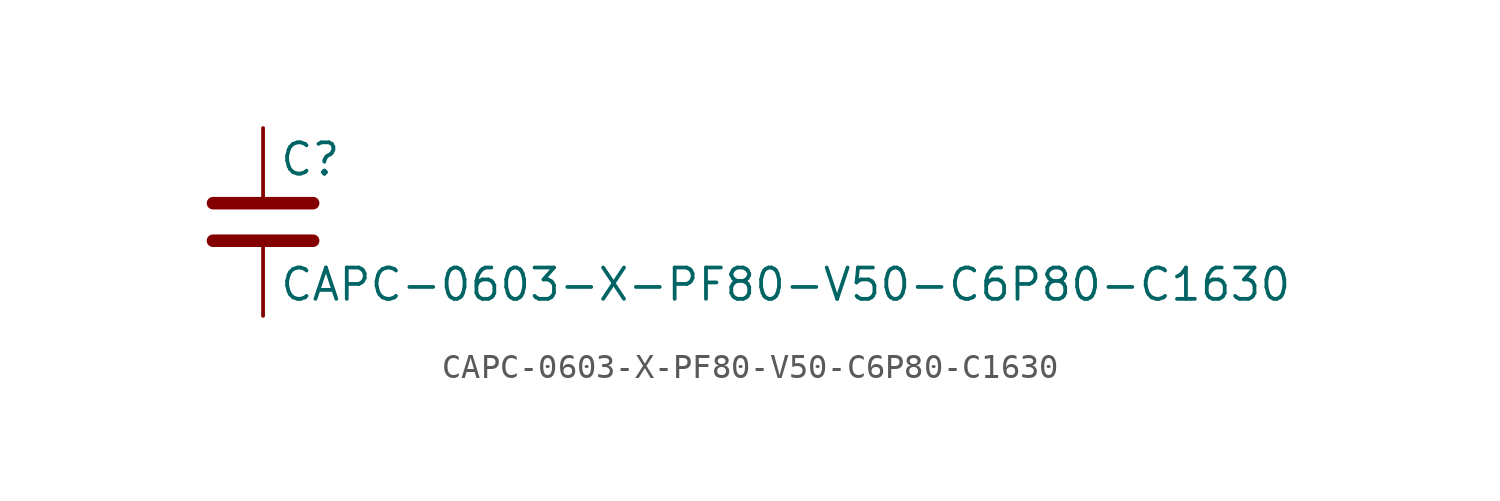
<source format=kicad_sym>
(kicad_symbol_lib
  (version 20211014)
  (generator kicad_symbol_editor)
  (symbol "CAPC-0603-X-PF80-V50-C6P80-C1630"
    (pin_numbers hide)
    (pin_names
      (offset 0.254))
    (property "Reference" "C"
      (at 0.635 2.54 0)
      (effects (font (size 1.27 1.27)) (justify left)))
    (property "Value" "CAPC-0603-X-PF80-V50-C6P80-C1630"
      (at 0.635 -2.54 0)
      (effects (font (size 1.27 1.27)) (justify left)))
    (symbol "CAPC-0603-X-PF80-V50-C6P80-C1630_0_1"
      (polyline (pts (xy -2.032 -0.762) (xy 2.032 -0.762)) (stroke (width 0.508) (type default) (color 0 0 0 0)) (fill (type none)))
      (polyline (pts (xy -2.032 0.762) (xy 2.032 0.762)) (stroke (width 0.508) (type default) (color 0 0 0 0)) (fill (type none))))
    (symbol "CAPC-0603-X-PF80-V50-C6P80-C1630_1_1"
      (pin passive line (at 0 3.81 270) (length 2.794) (name "~" (effects (font (size 1.27 1.27)))) (number "1" (effects (font (size 1.27 1.27)))))
      (pin passive line (at 0 -3.81 90) (length 2.794) (name "~" (effects (font (size 1.27 1.27)))) (number "2" (effects (font (size 1.27 1.27))))))))
</source>
